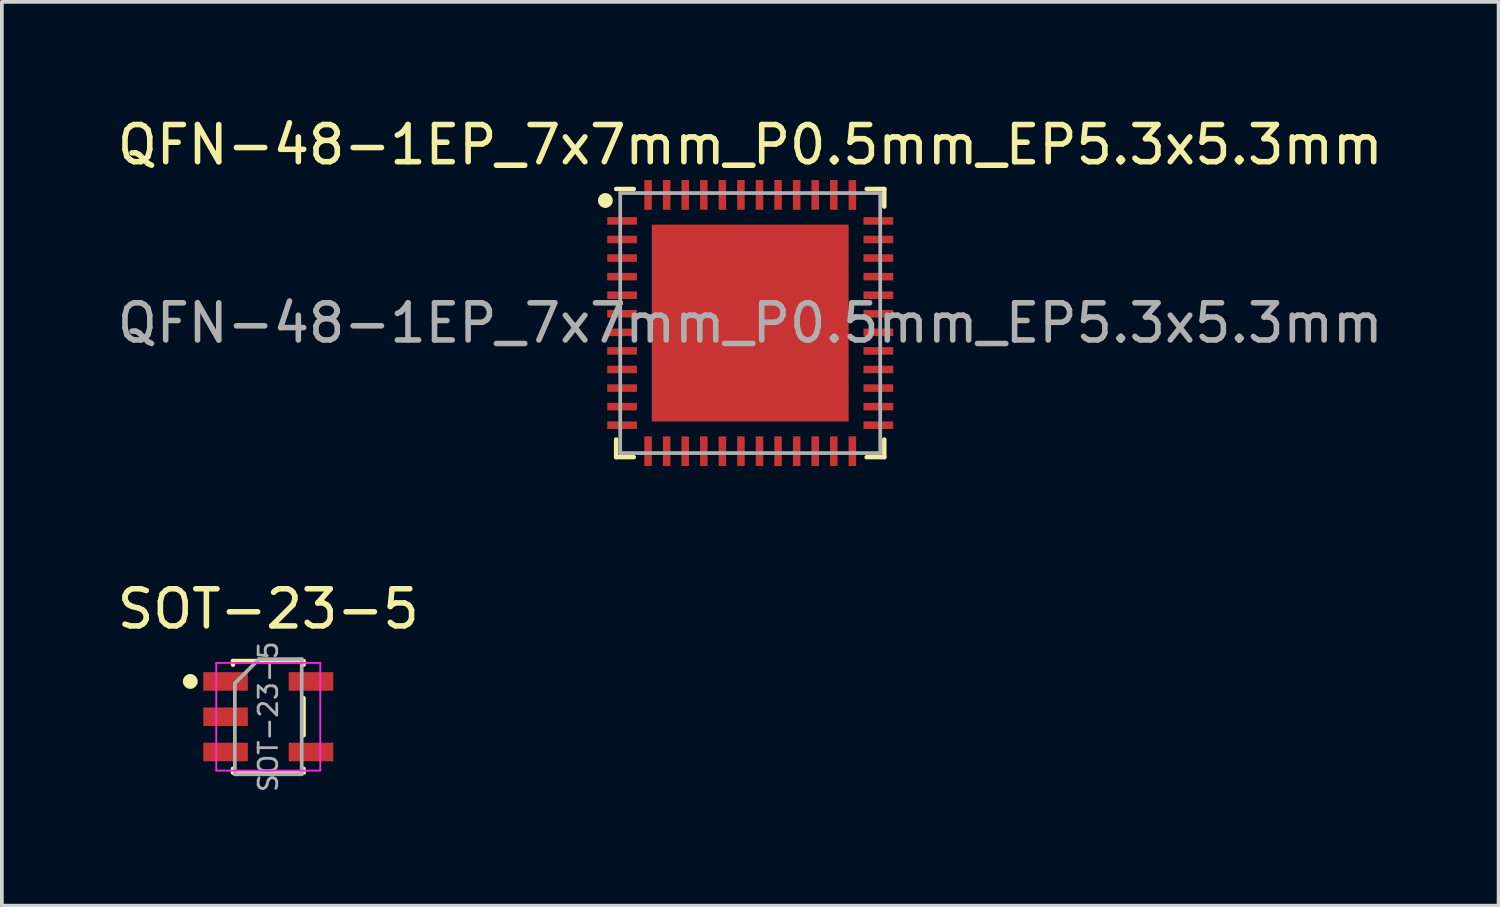
<source format=kicad_pcb>
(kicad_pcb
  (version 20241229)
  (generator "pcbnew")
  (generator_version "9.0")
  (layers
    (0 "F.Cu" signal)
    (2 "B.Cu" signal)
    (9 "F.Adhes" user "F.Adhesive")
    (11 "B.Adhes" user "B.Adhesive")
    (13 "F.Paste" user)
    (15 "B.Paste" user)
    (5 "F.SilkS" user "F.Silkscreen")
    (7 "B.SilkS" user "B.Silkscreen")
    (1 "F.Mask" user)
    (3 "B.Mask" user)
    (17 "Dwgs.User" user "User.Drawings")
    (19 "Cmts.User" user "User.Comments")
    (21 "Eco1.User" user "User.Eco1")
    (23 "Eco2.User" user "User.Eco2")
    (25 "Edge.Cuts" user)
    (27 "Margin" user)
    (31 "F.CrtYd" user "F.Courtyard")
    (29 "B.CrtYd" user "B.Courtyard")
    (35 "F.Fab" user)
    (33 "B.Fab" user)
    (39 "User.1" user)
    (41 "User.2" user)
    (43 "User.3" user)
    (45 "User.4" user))
  (footprint "SOT-23-5"
    (layer "F.Cu")
    (at 4.173 16.247)
    (property "Reference" "SOT-23-5" (at 0 -2.9 0) (layer "F.SilkS") (effects (font (size 1 1) (thickness 0.15))))
    (attr smd)
    (fp_line (start -0.95 -1.5) (end -0.95 -1.4) (stroke (width 0.12) (type solid)) (layer "F.SilkS"))
    (fp_line (start -0.95 1.4) (end -0.95 1.5) (stroke (width 0.12) (type solid)) (layer "F.SilkS"))
    (fp_line (start -0.95 1.5) (end 0.95 1.5) (stroke (width 0.12) (type solid)) (layer "F.SilkS"))
    (fp_line (start 0.95 -1.5) (end -0.95 -1.5) (stroke (width 0.12) (type solid)) (layer "F.SilkS"))
    (fp_line (start 0.95 -1.4) (end 0.95 -1.5) (stroke (width 0.12) (type solid)) (layer "F.SilkS"))
    (fp_line (start 0.95 -0.5) (end 0.95 0.5) (stroke (width 0.12) (type solid)) (layer "F.SilkS"))
    (fp_line (start 0.95 1.5) (end 0.95 1.4) (stroke (width 0.12) (type solid)) (layer "F.SilkS"))
    (fp_circle (center -2.1 -0.95) (end -2 -0.95) (stroke (width 0.2) (type solid)) (fill no) (layer "F.SilkS"))
    (fp_line (start -1.4 -1.45) (end 1.4 -1.45) (stroke (width 0.05) (type solid)) (layer "F.CrtYd"))
    (fp_line (start -1.4 1.45) (end -1.4 -1.45) (stroke (width 0.05) (type solid)) (layer "F.CrtYd"))
    (fp_line (start 1.4 -1.45) (end 1.4 1.45) (stroke (width 0.05) (type solid)) (layer "F.CrtYd"))
    (fp_line (start 1.4 1.45) (end -1.4 1.45) (stroke (width 0.05) (type solid)) (layer "F.CrtYd"))
    (fp_line (start -0.9 -0.9) (end -0.9 1.55) (stroke (width 0.1) (type solid)) (layer "F.Fab"))
    (fp_line (start -0.9 -0.9) (end -0.25 -1.55) (stroke (width 0.1) (type solid)) (layer "F.Fab"))
    (fp_line (start 0.9 -1.55) (end -0.25 -1.55) (stroke (width 0.1) (type solid)) (layer "F.Fab"))
    (fp_line (start 0.9 -1.55) (end 0.9 1.55) (stroke (width 0.1) (type solid)) (layer "F.Fab"))
    (fp_line (start 0.9 1.55) (end -0.9 1.55) (stroke (width 0.1) (type solid)) (layer "F.Fab"))
    (fp_text user "${REFERENCE}" (at 0 0 90) (layer "F.Fab") (effects (font (size 0.5 0.5) (thickness 0.075))))
    (pad "1" smd rect (at -1.15 -0.95) (size 1.2 0.5) (layers "F.Cu" "F.Mask" "F.Paste"))
    (pad "2" smd rect (at -1.15 0) (size 1.2 0.5) (layers "F.Cu" "F.Mask" "F.Paste"))
    (pad "3" smd rect (at -1.15 0.95) (size 1.2 0.5) (layers "F.Cu" "F.Mask" "F.Paste"))
    (pad "4" smd rect (at 1.15 0.95) (size 1.2 0.5) (layers "F.Cu" "F.Mask" "F.Paste"))
    (pad "5" smd rect (at 1.15 -0.95) (size 1.2 0.5) (layers "F.Cu" "F.Mask" "F.Paste")))
  (footprint "QFN-48-1EP_7x7mm_P0.5mm_EP5.3x5.3mm"
    (layer "F.Cu")
    (at 17.149 5.648)
    (property "Reference" "QFN-48-1EP_7x7mm_P0.5mm_EP5.3x5.3mm" (at 0 -4.8 0) (layer "F.SilkS") (effects (font (size 1 1) (thickness 0.15))))
    (attr smd)
    (fp_line (start -3.61 3.61) (end -3.61 3.135) (stroke (width 0.12) (type solid)) (layer "F.SilkS"))
    (fp_line (start -3.135 -3.61) (end -3.61 -3.61) (stroke (width 0.12) (type solid)) (layer "F.SilkS"))
    (fp_line (start -3.135 3.61) (end -3.61 3.61) (stroke (width 0.12) (type solid)) (layer "F.SilkS"))
    (fp_line (start 3.135 -3.61) (end 3.61 -3.61) (stroke (width 0.12) (type solid)) (layer "F.SilkS"))
    (fp_line (start 3.135 3.61) (end 3.61 3.61) (stroke (width 0.12) (type solid)) (layer "F.SilkS"))
    (fp_line (start 3.61 -3.61) (end 3.61 -3.135) (stroke (width 0.12) (type solid)) (layer "F.SilkS"))
    (fp_line (start 3.61 3.61) (end 3.61 3.135) (stroke (width 0.12) (type solid)) (layer "F.SilkS"))
    (fp_circle (center -3.9 -3.3) (end -3.8 -3.3) (stroke (width 0.2) (type default)) (fill no) (layer "F.SilkS"))
    (fp_line (start -3.5 -3.5) (end 3.5 -3.5) (stroke (width 0.1) (type solid)) (layer "F.Fab"))
    (fp_line (start -3.5 3.5) (end -3.5 -3.5) (stroke (width 0.1) (type solid)) (layer "F.Fab"))
    (fp_line (start 3.5 -3.5) (end 3.5 3.5) (stroke (width 0.1) (type solid)) (layer "F.Fab"))
    (fp_line (start 3.5 3.5) (end -3.5 3.5) (stroke (width 0.1) (type solid)) (layer "F.Fab"))
    (fp_text user "${REFERENCE}" (at 0 0 0) (layer "F.Fab") (effects (font (size 1 1) (thickness 0.15))))
    (pad "" smd roundrect (at -1.98 -1.98) (size 1.07 1.07) (layers "F.Paste") (roundrect_rratio 0.234))
    (pad "" smd roundrect (at -1.98 -0.66) (size 1.07 1.07) (layers "F.Paste") (roundrect_rratio 0.234))
    (pad "" smd roundrect (at -1.98 0.66) (size 1.07 1.07) (layers "F.Paste") (roundrect_rratio 0.234))
    (pad "" smd roundrect (at -1.98 1.98) (size 1.07 1.07) (layers "F.Paste") (roundrect_rratio 0.234))
    (pad "" smd roundrect (at -0.66 -1.98) (size 1.07 1.07) (layers "F.Paste") (roundrect_rratio 0.234))
    (pad "" smd roundrect (at -0.66 -0.66) (size 1.07 1.07) (layers "F.Paste") (roundrect_rratio 0.234))
    (pad "" smd roundrect (at -0.66 0.66) (size 1.07 1.07) (layers "F.Paste") (roundrect_rratio 0.234))
    (pad "" smd roundrect (at -0.66 1.98) (size 1.07 1.07) (layers "F.Paste") (roundrect_rratio 0.234))
    (pad "" smd roundrect (at 0.66 -1.98) (size 1.07 1.07) (layers "F.Paste") (roundrect_rratio 0.234))
    (pad "" smd roundrect (at 0.66 -0.66) (size 1.07 1.07) (layers "F.Paste") (roundrect_rratio 0.234))
    (pad "" smd roundrect (at 0.66 0.66) (size 1.07 1.07) (layers "F.Paste") (roundrect_rratio 0.234))
    (pad "" smd roundrect (at 0.66 1.98) (size 1.07 1.07) (layers "F.Paste") (roundrect_rratio 0.234))
    (pad "" smd roundrect (at 1.98 -1.98) (size 1.07 1.07) (layers "F.Paste") (roundrect_rratio 0.234))
    (pad "" smd roundrect (at 1.98 -0.66) (size 1.07 1.07) (layers "F.Paste") (roundrect_rratio 0.234))
    (pad "" smd roundrect (at 1.98 0.66) (size 1.07 1.07) (layers "F.Paste") (roundrect_rratio 0.234))
    (pad "" smd roundrect (at 1.98 1.98) (size 1.07 1.07) (layers "F.Paste") (roundrect_rratio 0.234))
    (pad "1" smd rect (at -3.45 -2.75) (size 0.8 0.203) (layers "F.Cu" "F.Mask" "F.Paste"))
    (pad "2" smd rect (at -3.45 -2.25) (size 0.8 0.203) (layers "F.Cu" "F.Mask" "F.Paste"))
    (pad "3" smd rect (at -3.45 -1.75) (size 0.8 0.203) (layers "F.Cu" "F.Mask" "F.Paste"))
    (pad "4" smd rect (at -3.45 -1.25) (size 0.8 0.203) (layers "F.Cu" "F.Mask" "F.Paste"))
    (pad "5" smd rect (at -3.45 -0.75) (size 0.8 0.203) (layers "F.Cu" "F.Mask" "F.Paste"))
    (pad "6" smd rect (at -3.45 -0.25) (size 0.8 0.203) (layers "F.Cu" "F.Mask" "F.Paste"))
    (pad "7" smd rect (at -3.45 0.25) (size 0.8 0.203) (layers "F.Cu" "F.Mask" "F.Paste"))
    (pad "8" smd rect (at -3.45 0.75) (size 0.8 0.203) (layers "F.Cu" "F.Mask" "F.Paste"))
    (pad "9" smd rect (at -3.45 1.25) (size 0.8 0.203) (layers "F.Cu" "F.Mask" "F.Paste"))
    (pad "10" smd rect (at -3.45 1.75) (size 0.8 0.203) (layers "F.Cu" "F.Mask" "F.Paste"))
    (pad "11" smd rect (at -3.45 2.25) (size 0.8 0.203) (layers "F.Cu" "F.Mask" "F.Paste"))
    (pad "12" smd rect (at -3.45 2.75) (size 0.8 0.203) (layers "F.Cu" "F.Mask" "F.Paste"))
    (pad "13" smd rect (at -2.75 3.45) (size 0.203 0.8) (layers "F.Cu" "F.Mask" "F.Paste"))
    (pad "14" smd rect (at -2.25 3.45) (size 0.203 0.8) (layers "F.Cu" "F.Mask" "F.Paste"))
    (pad "15" smd rect (at -1.75 3.45) (size 0.203 0.8) (layers "F.Cu" "F.Mask" "F.Paste"))
    (pad "16" smd rect (at -1.25 3.45) (size 0.203 0.8) (layers "F.Cu" "F.Mask" "F.Paste"))
    (pad "17" smd rect (at -0.75 3.45) (size 0.203 0.8) (layers "F.Cu" "F.Mask" "F.Paste"))
    (pad "18" smd rect (at -0.25 3.45) (size 0.203 0.8) (layers "F.Cu" "F.Mask" "F.Paste"))
    (pad "19" smd rect (at 0.25 3.45) (size 0.203 0.8) (layers "F.Cu" "F.Mask" "F.Paste"))
    (pad "20" smd rect (at 0.75 3.45) (size 0.203 0.8) (layers "F.Cu" "F.Mask" "F.Paste"))
    (pad "21" smd rect (at 1.25 3.45) (size 0.203 0.8) (layers "F.Cu" "F.Mask" "F.Paste"))
    (pad "22" smd rect (at 1.75 3.45) (size 0.203 0.8) (layers "F.Cu" "F.Mask" "F.Paste"))
    (pad "23" smd rect (at 2.25 3.45) (size 0.203 0.8) (layers "F.Cu" "F.Mask" "F.Paste"))
    (pad "24" smd rect (at 2.75 3.45) (size 0.203 0.8) (layers "F.Cu" "F.Mask" "F.Paste"))
    (pad "25" smd rect (at 3.45 2.75) (size 0.8 0.203) (layers "F.Cu" "F.Mask" "F.Paste"))
    (pad "26" smd rect (at 3.45 2.25) (size 0.8 0.203) (layers "F.Cu" "F.Mask" "F.Paste"))
    (pad "27" smd rect (at 3.45 1.75) (size 0.8 0.203) (layers "F.Cu" "F.Mask" "F.Paste"))
    (pad "28" smd rect (at 3.45 1.25) (size 0.8 0.203) (layers "F.Cu" "F.Mask" "F.Paste"))
    (pad "29" smd rect (at 3.45 0.75) (size 0.8 0.203) (layers "F.Cu" "F.Mask" "F.Paste"))
    (pad "30" smd rect (at 3.45 0.25) (size 0.8 0.203) (layers "F.Cu" "F.Mask" "F.Paste"))
    (pad "31" smd rect (at 3.45 -0.25) (size 0.8 0.203) (layers "F.Cu" "F.Mask" "F.Paste"))
    (pad "32" smd rect (at 3.45 -0.75) (size 0.8 0.203) (layers "F.Cu" "F.Mask" "F.Paste"))
    (pad "33" smd rect (at 3.45 -1.25) (size 0.8 0.203) (layers "F.Cu" "F.Mask" "F.Paste"))
    (pad "34" smd rect (at 3.45 -1.75) (size 0.8 0.203) (layers "F.Cu" "F.Mask" "F.Paste"))
    (pad "35" smd rect (at 3.45 -2.25) (size 0.8 0.203) (layers "F.Cu" "F.Mask" "F.Paste"))
    (pad "36" smd rect (at 3.45 -2.75) (size 0.8 0.203) (layers "F.Cu" "F.Mask" "F.Paste"))
    (pad "37" smd rect (at 2.75 -3.45) (size 0.203 0.8) (layers "F.Cu" "F.Mask" "F.Paste"))
    (pad "38" smd rect (at 2.25 -3.45) (size 0.203 0.8) (layers "F.Cu" "F.Mask" "F.Paste"))
    (pad "39" smd rect (at 1.75 -3.45) (size 0.203 0.8) (layers "F.Cu" "F.Mask" "F.Paste"))
    (pad "40" smd rect (at 1.25 -3.45) (size 0.203 0.8) (layers "F.Cu" "F.Mask" "F.Paste"))
    (pad "41" smd rect (at 0.75 -3.45) (size 0.203 0.8) (layers "F.Cu" "F.Mask" "F.Paste"))
    (pad "42" smd rect (at 0.25 -3.45) (size 0.203 0.8) (layers "F.Cu" "F.Mask" "F.Paste"))
    (pad "43" smd rect (at -0.25 -3.45) (size 0.203 0.8) (layers "F.Cu" "F.Mask" "F.Paste"))
    (pad "44" smd rect (at -0.75 -3.45) (size 0.203 0.8) (layers "F.Cu" "F.Mask" "F.Paste"))
    (pad "45" smd rect (at -1.25 -3.45) (size 0.203 0.8) (layers "F.Cu" "F.Mask" "F.Paste"))
    (pad "46" smd rect (at -1.75 -3.45) (size 0.203 0.8) (layers "F.Cu" "F.Mask" "F.Paste"))
    (pad "47" smd rect (at -2.25 -3.45) (size 0.203 0.8) (layers "F.Cu" "F.Mask" "F.Paste"))
    (pad "47" smd rect (at 0 0) (size 5.3 5.3) (layers "F.Cu" "F.Mask"))
    (pad "48" smd rect (at -2.75 -3.45) (size 0.203 0.8) (layers "F.Cu" "F.Mask" "F.Paste")))
  (gr_rect
    (start -3 -3)
    (end 37.298 21.333)
    (stroke (width 0.1) (type default))
    (fill no)
    (layer "Edge.Cuts")))
</source>
